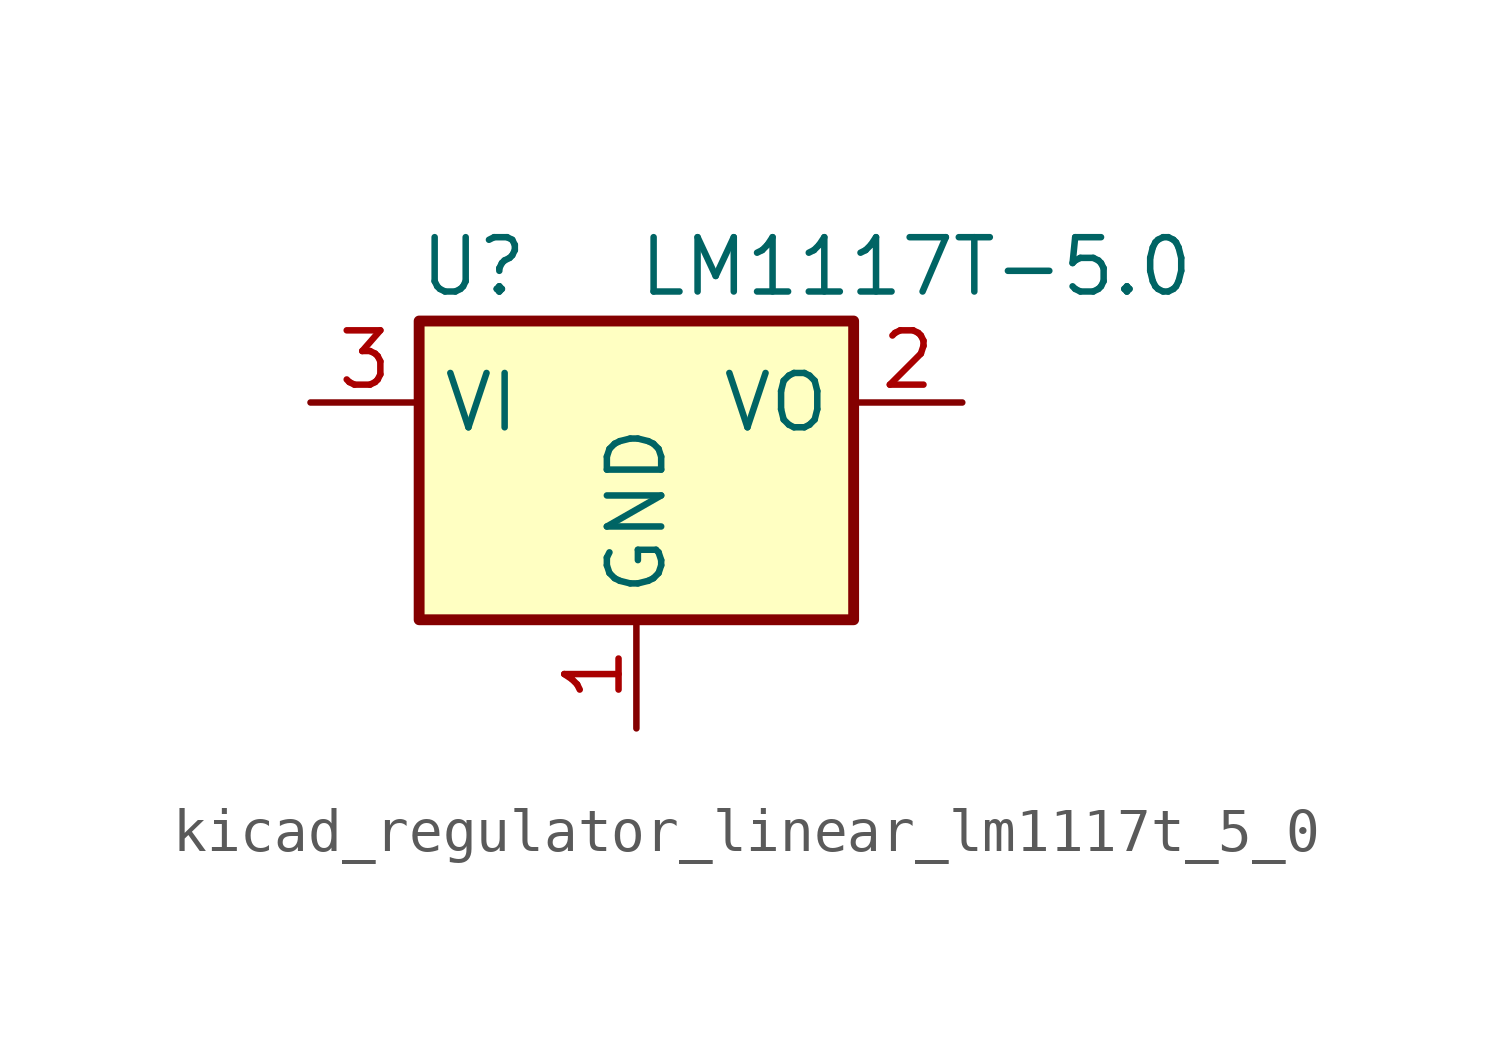
<source format=kicad_sym>
(kicad_symbol_lib
  (version 20220914)
  (generator kicad_symbol_editor)
  (symbol "kicad_regulator_linear_lm1117t_5_0"
    (property "Reference" "U"
      (at -3.81 3.175 0)
      (effects (font (size 1.27 1.27))))
    (property "Value" "LM1117T-5.0"
      (at 0 3.175 0)
      (effects (font (size 1.27 1.27)) (justify left)))
    (symbol "kicad_regulator_linear_lm1117t_5_0_0_1"
      (rectangle (start -5.08 -5.08) (end 5.08 1.905) (stroke (width 0.254) (type default)) (fill (type background))))
    (symbol "kicad_regulator_linear_lm1117t_5_0_1_1"
      (pin power_in line (at 0 -7.62 90) (length 2.54) (name "GND" (effects (font (size 1.27 1.27)))) (number "1" (effects (font (size 1.27 1.27)))))
      (pin power_out line (at 7.62 0 180) (length 2.54) (name "VO" (effects (font (size 1.27 1.27)))) (number "2" (effects (font (size 1.27 1.27)))))
      (pin power_in line (at -7.62 0 0) (length 2.54) (name "VI" (effects (font (size 1.27 1.27)))) (number "3" (effects (font (size 1.27 1.27))))))))
</source>
